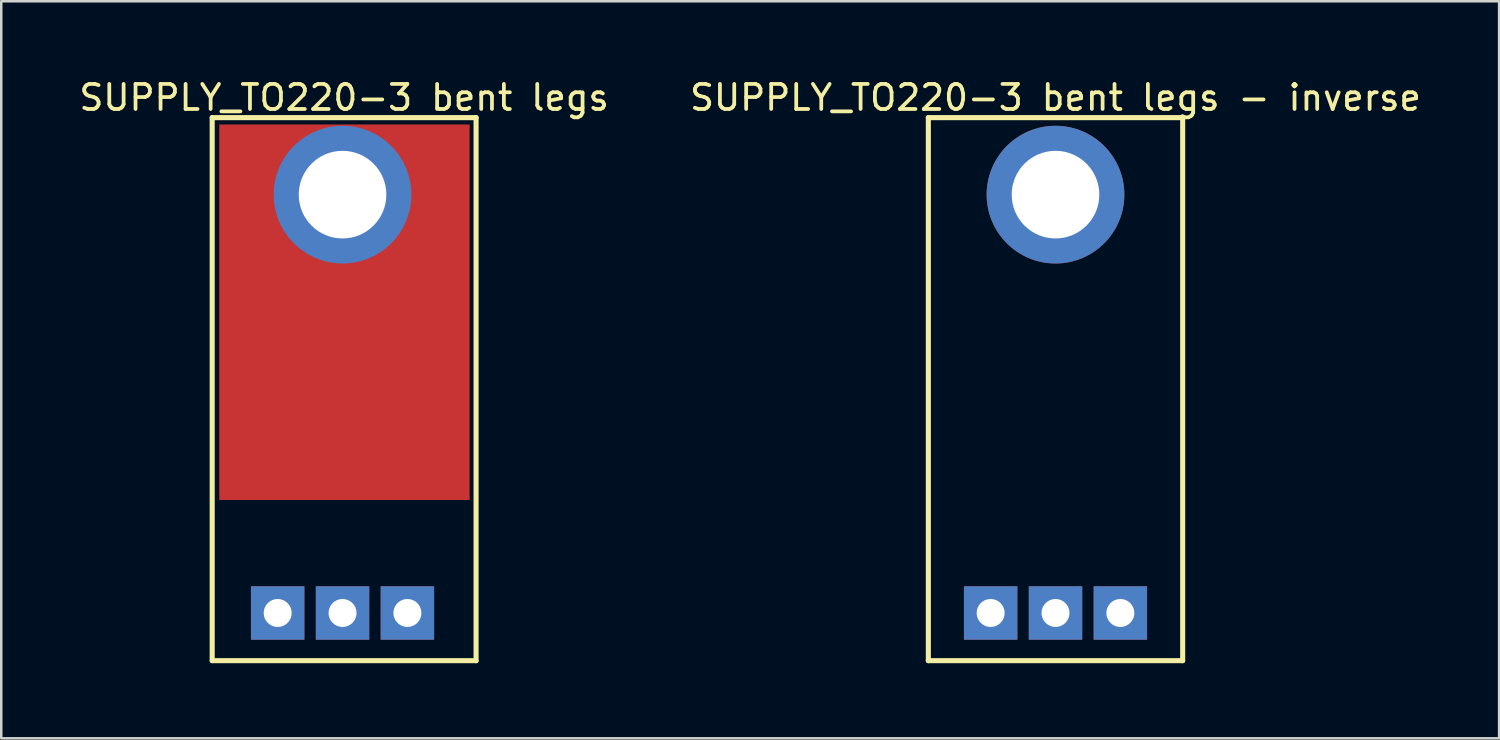
<source format=kicad_pcb>
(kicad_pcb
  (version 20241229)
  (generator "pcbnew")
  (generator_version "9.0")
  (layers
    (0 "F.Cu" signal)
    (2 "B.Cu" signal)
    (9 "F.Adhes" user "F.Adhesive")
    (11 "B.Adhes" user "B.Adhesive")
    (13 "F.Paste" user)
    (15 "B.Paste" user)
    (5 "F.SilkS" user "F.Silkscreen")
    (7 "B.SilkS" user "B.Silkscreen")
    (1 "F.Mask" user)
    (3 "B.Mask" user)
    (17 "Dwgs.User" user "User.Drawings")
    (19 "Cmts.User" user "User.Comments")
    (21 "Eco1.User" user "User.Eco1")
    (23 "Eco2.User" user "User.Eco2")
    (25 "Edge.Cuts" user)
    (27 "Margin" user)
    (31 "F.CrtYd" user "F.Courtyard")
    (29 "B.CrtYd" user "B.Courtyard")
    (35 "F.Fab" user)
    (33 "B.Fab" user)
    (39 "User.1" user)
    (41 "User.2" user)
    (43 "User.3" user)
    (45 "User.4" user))
  (footprint "SUPPLY_TO220-3 bent legs"
    (layer "F.Cu")
    (at 10.633 21.436)
    (property "Reference" "SUPPLY_TO220-3 bent legs" (at 0.064 -20.588 0) (layer "F.SilkS") (effects (font (size 1 1) (thickness 0.15))))
    (fp_line (start -5.207 -19.787) (end 5.334 -19.787) (stroke (width 0.203) (type solid)) (layer "F.SilkS"))
    (fp_line (start -5.207 1.905) (end -5.207 -19.787) (stroke (width 0.203) (type solid)) (layer "F.SilkS"))
    (fp_line (start -5.207 1.905) (end 5.334 1.905) (stroke (width 0.203) (type solid)) (layer "F.SilkS"))
    (fp_line (start 5.334 1.905) (end 5.334 -19.787) (stroke (width 0.203) (type solid)) (layer "F.SilkS"))
    (pad "1" thru_hole rect (at -2.591 0) (size 2.134 2.134) (drill 1.118) (layers "*.Cu" "*.Mask"))
    (pad "2" thru_hole rect (at 0 0) (size 2.134 2.134) (drill 1.118) (layers "*.Cu" "*.Mask"))
    (pad "3" thru_hole rect (at 2.591 0) (size 2.134 2.134) (drill 1.118) (layers "*.Cu" "*.Mask"))
    (pad "4" thru_hole circle (at 0 -16.711) (size 5.5 5.5) (drill 3.5) (layers "*.Cu" "*.Mask"))
    (pad "4" smd rect (at 0.076 -12.014 180) (size 10 15) (layers "F.Cu" "F.Mask" "F.Paste")))
  (footprint "SUPPLY_TO220-3 bent legs - inverse"
    (layer "F.Cu")
    (at 39.113 21.436)
    (property "Reference" "SUPPLY_TO220-3 bent legs - inverse" (at 0 -20.588 0) (layer "F.SilkS") (effects (font (size 1 1) (thickness 0.15))))
    (fp_line (start -5.08 -19.787) (end 5.08 -19.787) (stroke (width 0.203) (type solid)) (layer "F.SilkS"))
    (fp_line (start -5.08 1.905) (end -5.08 -19.787) (stroke (width 0.203) (type solid)) (layer "F.SilkS"))
    (fp_line (start -5.08 1.905) (end 5.08 1.905) (stroke (width 0.203) (type solid)) (layer "F.SilkS"))
    (fp_line (start 5.08 1.905) (end 5.08 -19.787) (stroke (width 0.203) (type solid)) (layer "F.SilkS"))
    (pad "1" thru_hole rect (at 2.591 0) (size 2.134 2.134) (drill 1.118) (layers "*.Cu" "*.Mask"))
    (pad "2" thru_hole rect (at 0 0) (size 2.134 2.134) (drill 1.118) (layers "*.Cu" "*.Mask"))
    (pad "3" thru_hole rect (at -2.591 0) (size 2.134 2.134) (drill 1.118) (layers "*.Cu" "*.Mask"))
    (pad "4" thru_hole circle (at 0 -16.711) (size 5.5 5.5) (drill 3.5) (layers "*.Cu" "*.Mask")))
  (gr_rect
    (start -3 -3)
    (end 56.833 26.443)
    (stroke (width 0.1) (type default))
    (fill no)
    (layer "Edge.Cuts")))
</source>
